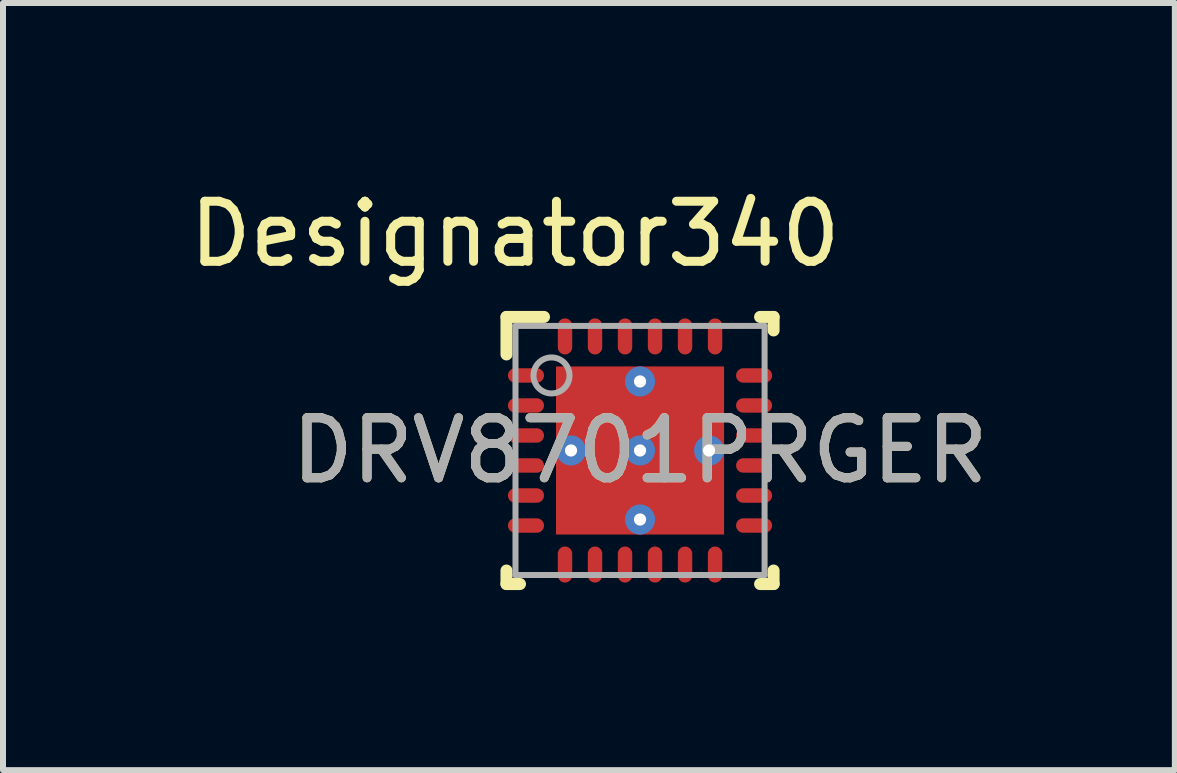
<source format=kicad_pcb>
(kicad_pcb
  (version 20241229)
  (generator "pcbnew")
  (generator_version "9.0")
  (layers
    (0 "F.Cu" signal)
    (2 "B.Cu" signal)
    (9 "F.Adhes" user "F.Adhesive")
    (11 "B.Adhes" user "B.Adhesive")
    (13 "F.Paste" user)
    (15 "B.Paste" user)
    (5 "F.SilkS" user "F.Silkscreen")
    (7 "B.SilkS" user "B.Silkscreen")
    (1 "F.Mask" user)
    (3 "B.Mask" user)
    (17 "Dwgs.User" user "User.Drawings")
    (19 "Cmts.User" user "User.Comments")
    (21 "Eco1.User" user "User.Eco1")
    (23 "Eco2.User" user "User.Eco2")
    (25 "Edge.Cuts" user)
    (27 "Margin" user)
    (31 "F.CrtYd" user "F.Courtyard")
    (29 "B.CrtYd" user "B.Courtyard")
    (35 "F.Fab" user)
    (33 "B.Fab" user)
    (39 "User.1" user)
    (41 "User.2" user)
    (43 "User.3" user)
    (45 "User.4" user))
  (footprint "DRV8701PRGER"
    (layer "F.Cu")
    (at 7.613 4.455)
    (property "Reference" "DRV8701PRGER" (at 0 0 0) (unlocked yes) (layer "F.SilkS") (effects (font (size 1 1) (thickness 0.15))))
    (attr smd)
    (fp_line (start -2.225 -2.225) (end -1.6 -2.225) (stroke (width 0.2) (type solid)) (layer "F.SilkS"))
    (fp_line (start -2.225 -1.6) (end -2.225 -2.225) (stroke (width 0.2) (type solid)) (layer "F.SilkS"))
    (fp_line (start -2.225 2.225) (end -2.225 2) (stroke (width 0.2) (type solid)) (layer "F.SilkS"))
    (fp_line (start -2.225 2.225) (end -2 2.225) (stroke (width 0.2) (type solid)) (layer "F.SilkS"))
    (fp_line (start 2 -2.225) (end 2.225 -2.225) (stroke (width 0.2) (type solid)) (layer "F.SilkS"))
    (fp_line (start 2 2.225) (end 2.225 2.225) (stroke (width 0.2) (type solid)) (layer "F.SilkS"))
    (fp_line (start 2.225 -2) (end 2.225 -2.225) (stroke (width 0.2) (type solid)) (layer "F.SilkS"))
    (fp_line (start 2.225 2.225) (end 2.225 2) (stroke (width 0.2) (type solid)) (layer "F.SilkS"))
    (fp_poly (pts (xy -0.1 -1.329) (xy -1.329 -1.329) (xy -1.329 -0.1) (xy -0.1 -0.1)) (stroke (width 0) (type solid)) (fill yes) (layer "F.Paste"))
    (fp_poly (pts (xy -0.1 0.1) (xy -1.329 0.1) (xy -1.329 1.329) (xy -0.1 1.329)) (stroke (width 0) (type solid)) (fill yes) (layer "F.Paste"))
    (fp_poly (pts (xy 0.1 -0.1) (xy 1.329 -0.1) (xy 1.329 -1.329) (xy 0.1 -1.329)) (stroke (width 0) (type solid)) (fill yes) (layer "F.Paste"))
    (fp_poly (pts (xy 0.1 1.329) (xy 1.329 1.329) (xy 1.329 0.1) (xy 0.1 0.1)) (stroke (width 0) (type solid)) (fill yes) (layer "F.Paste"))
    (fp_line (start -2.075 -2.075) (end 2.075 -2.075) (stroke (width 0.1) (type solid)) (layer "F.Fab"))
    (fp_line (start -2.075 2.075) (end -2.075 -2.075) (stroke (width 0.1) (type solid)) (layer "F.Fab"))
    (fp_line (start -2.075 2.075) (end 2.075 2.075) (stroke (width 0.1) (type solid)) (layer "F.Fab"))
    (fp_line (start 2.075 2.075) (end 2.075 -2.075) (stroke (width 0.1) (type solid)) (layer "F.Fab"))
    (fp_circle (center -1.475 -1.25) (end -1.175 -1.25) (stroke (width 0.1) (type solid)) (fill no) (layer "F.Fab"))
    (fp_text user "Designator340" (at -2.083 -3.607 0) (unlocked yes) (layer "F.SilkS") (effects (font (size 1 1) (thickness 0.15))))
    (fp_text user "${REFERENCE}" (at 0 0 0) (unlocked yes) (layer "F.Fab") (effects (font (size 1 1) (thickness 0.15))))
    (pad "1" smd oval (at -1.9 -1.25 90) (size 0.24 0.6) (layers "F.Cu" "F.Mask" "F.Paste"))
    (pad "2" smd oval (at -1.9 -0.75 90) (size 0.24 0.6) (layers "F.Cu" "F.Mask" "F.Paste"))
    (pad "3" smd oval (at -1.9 -0.25 90) (size 0.24 0.6) (layers "F.Cu" "F.Mask" "F.Paste"))
    (pad "4" smd oval (at -1.9 0.25 90) (size 0.24 0.6) (layers "F.Cu" "F.Mask" "F.Paste"))
    (pad "5" smd oval (at -1.9 0.75 90) (size 0.24 0.6) (layers "F.Cu" "F.Mask" "F.Paste"))
    (pad "6" smd oval (at -1.9 1.25 90) (size 0.24 0.6) (layers "F.Cu" "F.Mask" "F.Paste"))
    (pad "7" smd oval (at -1.25 1.9) (size 0.24 0.6) (layers "F.Cu" "F.Mask" "F.Paste"))
    (pad "8" smd oval (at -0.75 1.9) (size 0.24 0.6) (layers "F.Cu" "F.Mask" "F.Paste"))
    (pad "9" smd oval (at -0.25 1.9) (size 0.24 0.6) (layers "F.Cu" "F.Mask" "F.Paste"))
    (pad "10" smd oval (at 0.25 1.9) (size 0.24 0.6) (layers "F.Cu" "F.Mask" "F.Paste"))
    (pad "11" smd oval (at 0.75 1.9) (size 0.24 0.6) (layers "F.Cu" "F.Mask" "F.Paste"))
    (pad "12" smd oval (at 1.25 1.9) (size 0.24 0.6) (layers "F.Cu" "F.Mask" "F.Paste"))
    (pad "13" smd oval (at 1.9 1.25 90) (size 0.24 0.6) (layers "F.Cu" "F.Mask" "F.Paste"))
    (pad "14" smd oval (at 1.9 0.75 90) (size 0.24 0.6) (layers "F.Cu" "F.Mask" "F.Paste"))
    (pad "15" smd oval (at 1.9 0.25 90) (size 0.24 0.6) (layers "F.Cu" "F.Mask" "F.Paste"))
    (pad "16" smd oval (at 1.9 -0.25 90) (size 0.24 0.6) (layers "F.Cu" "F.Mask" "F.Paste"))
    (pad "17" smd oval (at 1.9 -0.75 90) (size 0.24 0.6) (layers "F.Cu" "F.Mask" "F.Paste"))
    (pad "18" smd oval (at 1.9 -1.25 90) (size 0.24 0.6) (layers "F.Cu" "F.Mask" "F.Paste"))
    (pad "19" smd oval (at 1.25 -1.9) (size 0.24 0.6) (layers "F.Cu" "F.Mask" "F.Paste"))
    (pad "20" smd oval (at 0.75 -1.9) (size 0.24 0.6) (layers "F.Cu" "F.Mask" "F.Paste"))
    (pad "21" smd oval (at 0.25 -1.9) (size 0.24 0.6) (layers "F.Cu" "F.Mask" "F.Paste"))
    (pad "22" smd oval (at -0.25 -1.9) (size 0.24 0.6) (layers "F.Cu" "F.Mask" "F.Paste"))
    (pad "23" smd oval (at -0.75 -1.9) (size 0.24 0.6) (layers "F.Cu" "F.Mask" "F.Paste"))
    (pad "24" smd oval (at -1.25 -1.9) (size 0.24 0.6) (layers "F.Cu" "F.Mask" "F.Paste"))
    (pad "25" smd rect (at 0.000003 0) (size 2.8 2.8) (layers "F.Cu" "F.Mask"))
    (pad "V" thru_hole circle (at -1.15 0) (size 0.5 0.5) (drill 0.203) (layers "*.Cu" "*.Mask"))
    (pad "V" thru_hole circle (at 0.000003 -1.15) (size 0.5 0.5) (drill 0.203) (layers "*.Cu" "*.Mask"))
    (pad "V" thru_hole circle (at 0.000003 0) (size 0.5 0.5) (drill 0.203) (layers "*.Cu" "*.Mask"))
    (pad "V" thru_hole circle (at 0.000003 1.15) (size 0.5 0.5) (drill 0.203) (layers "*.Cu" "*.Mask"))
    (pad "V" thru_hole circle (at 1.15 0) (size 0.5 0.5) (drill 0.203) (layers "*.Cu" "*.Mask")))
  (gr_rect
    (start -3 -3)
    (end 16.523 9.78)
    (stroke (width 0.1) (type default))
    (fill no)
    (layer "Edge.Cuts")))
</source>
